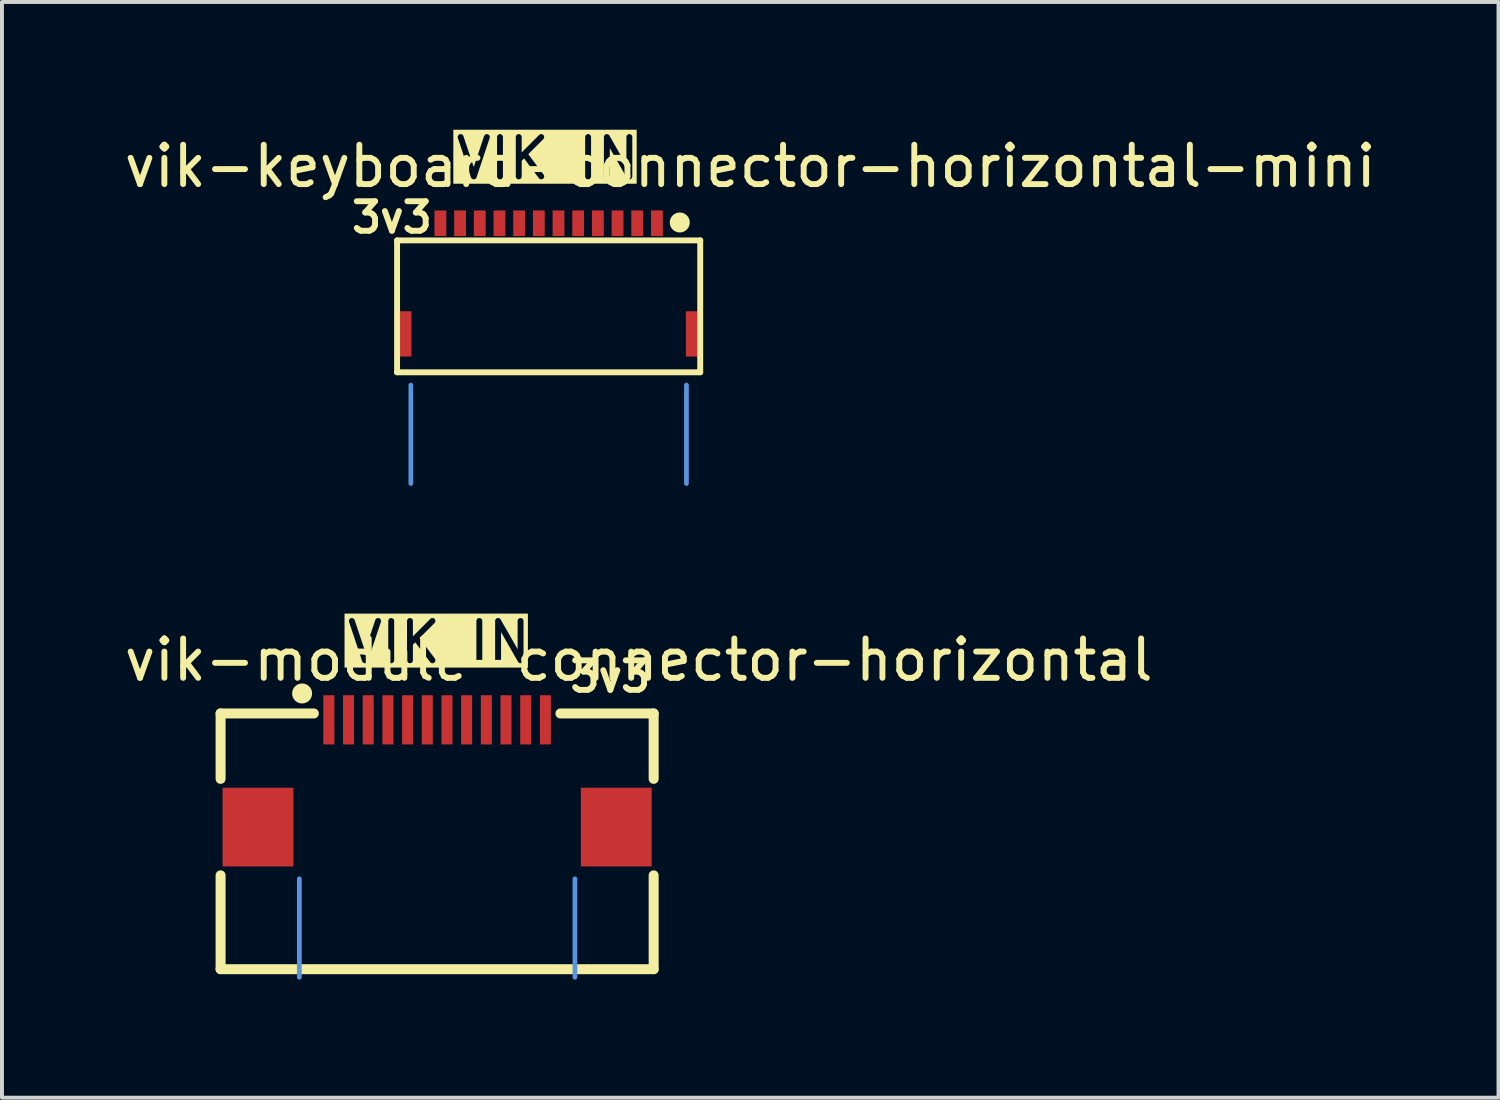
<source format=kicad_pcb>
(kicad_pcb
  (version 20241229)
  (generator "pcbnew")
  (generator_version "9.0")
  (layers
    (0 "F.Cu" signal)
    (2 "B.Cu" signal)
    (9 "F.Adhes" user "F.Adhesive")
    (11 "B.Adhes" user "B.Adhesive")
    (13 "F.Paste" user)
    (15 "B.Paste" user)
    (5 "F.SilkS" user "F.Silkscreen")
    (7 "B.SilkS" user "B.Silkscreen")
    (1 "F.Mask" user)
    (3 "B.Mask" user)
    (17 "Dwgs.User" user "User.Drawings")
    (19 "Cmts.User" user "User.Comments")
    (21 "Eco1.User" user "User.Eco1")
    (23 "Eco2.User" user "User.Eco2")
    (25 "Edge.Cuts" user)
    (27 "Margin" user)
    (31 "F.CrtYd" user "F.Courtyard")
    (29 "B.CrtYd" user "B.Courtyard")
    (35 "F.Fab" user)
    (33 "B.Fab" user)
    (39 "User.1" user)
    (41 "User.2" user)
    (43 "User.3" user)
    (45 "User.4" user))
  (footprint "vik-module-connector-horizontal"
    (layer "F.Cu")
    (at 8.053 17.272)
    (property "Reference" "vik-module-connector-horizontal" (at 5.12 -3.56 0) (unlocked yes) (layer "F.SilkS") (effects (font (size 1 1) (thickness 0.15))))
    (attr smd)
    (fp_line (start -5.5 -2.2) (end -3.131 -2.2) (stroke (width 0.254) (type solid)) (layer "F.SilkS"))
    (fp_line (start -5.5 -0.539) (end -5.5 -2.2) (stroke (width 0.254) (type solid)) (layer "F.SilkS"))
    (fp_line (start -5.5 4.295) (end -5.5 1.912) (stroke (width 0.254) (type solid)) (layer "F.SilkS"))
    (fp_line (start 5.5 -2.2) (end 3.131 -2.2) (stroke (width 0.254) (type solid)) (layer "F.SilkS"))
    (fp_line (start 5.5 -0.539) (end 5.5 -2.2) (stroke (width 0.254) (type solid)) (layer "F.SilkS"))
    (fp_line (start 5.5 4.295) (end -5.5 4.295) (stroke (width 0.254) (type solid)) (layer "F.SilkS"))
    (fp_line (start 5.5 4.295) (end 5.5 1.912) (stroke (width 0.254) (type solid)) (layer "F.SilkS"))
    (fp_circle (center -3.429 -2.708) (end -3.302 -2.708) (stroke (width 0.254) (type solid)) (fill no) (layer "F.SilkS"))
    (fp_line (start -3.5 2) (end -3.5 4.5) (stroke (width 0.12) (type default)) (layer "Cmts.User"))
    (fp_line (start 3.5 2) (end 3.5 4.5) (stroke (width 0.12) (type default)) (layer "Cmts.User"))
    (fp_text user "VIK IN" (at -2.36 -3.42 0) (unlocked yes) (layer "F.SilkS" knockout) (effects (font (size 1 1) (thickness 0.15)) (justify left bottom)))
    (fp_text user "3v3" (at 3.3 -2.7 0) (unlocked yes) (layer "F.SilkS") (effects (font (size 0.75 0.75) (thickness 0.15)) (justify left bottom)))
    (fp_text user "C479750" (at 0 0.75 0) (layer "User.2") (effects (font (size 1 1) (thickness 0.15))))
    (pad "1" smd rect (at -2.75 -2.038) (size 0.28 1.25) (layers "F.Cu" "F.Mask" "F.Paste"))
    (pad "2" smd rect (at -2.25 -2.038) (size 0.28 1.25) (layers "F.Cu" "F.Mask" "F.Paste"))
    (pad "3" smd rect (at -1.75 -2.038) (size 0.28 1.25) (layers "F.Cu" "F.Mask" "F.Paste"))
    (pad "4" smd rect (at -1.25 -2.038) (size 0.28 1.25) (layers "F.Cu" "F.Mask" "F.Paste"))
    (pad "5" smd rect (at -0.75 -2.038) (size 0.28 1.25) (layers "F.Cu" "F.Mask" "F.Paste"))
    (pad "6" smd rect (at -0.25 -2.038) (size 0.28 1.25) (layers "F.Cu" "F.Mask" "F.Paste"))
    (pad "7" smd rect (at 0.25 -2.038) (size 0.28 1.25) (layers "F.Cu" "F.Mask" "F.Paste"))
    (pad "8" smd rect (at 0.75 -2.038) (size 0.28 1.25) (layers "F.Cu" "F.Mask" "F.Paste"))
    (pad "9" smd rect (at 1.25 -2.038) (size 0.28 1.25) (layers "F.Cu" "F.Mask" "F.Paste"))
    (pad "10" smd rect (at 1.75 -2.038) (size 0.28 1.25) (layers "F.Cu" "F.Mask" "F.Paste"))
    (pad "11" smd rect (at 2.25 -2.038) (size 0.28 1.25) (layers "F.Cu" "F.Mask" "F.Paste"))
    (pad "12" smd rect (at 2.75 -2.038) (size 0.28 1.25) (layers "F.Cu" "F.Mask" "F.Paste"))
    (pad "13" smd rect (at 4.55 0.686) (size 1.8 2) (layers "F.Cu" "F.Mask" "F.Paste"))
    (pad "14" smd rect (at -4.55 0.686) (size 1.8 2) (layers "F.Cu" "F.Mask" "F.Paste")))
  (footprint "vik-keyboard-connector-horizontal-mini"
    (layer "F.Cu")
    (at 10.886 4.731)
    (property "Reference" "vik-keyboard-connector-horizontal-mini" (at 5.12 -3.56 0) (unlocked yes) (layer "F.SilkS") (effects (font (size 1 1) (thickness 0.15))))
    (attr smd)
    (fp_line (start -3.85 -1.675) (end 3.85 -1.675) (stroke (width 0.15) (type solid)) (layer "F.SilkS"))
    (fp_line (start -3.85 1.675) (end -3.85 -1.675) (stroke (width 0.15) (type solid)) (layer "F.SilkS"))
    (fp_line (start 3.85 1.675) (end -3.85 1.675) (stroke (width 0.15) (type solid)) (layer "F.SilkS"))
    (fp_line (start 3.85 1.675) (end 3.85 -1.675) (stroke (width 0.15) (type solid)) (layer "F.SilkS"))
    (fp_circle (center 3.33 -2.13) (end 3.457 -2.13) (stroke (width 0.254) (type solid)) (fill no) (layer "F.SilkS"))
    (fp_line (start -3.5 2) (end -3.5 4.5) (stroke (width 0.12) (type default)) (layer "Cmts.User"))
    (fp_line (start 3.5 2) (end 3.5 4.5) (stroke (width 0.12) (type default)) (layer "Cmts.User"))
    (fp_text user "3v3" (at -5.08 -1.82 0) (unlocked yes) (layer "F.SilkS") (effects (font (size 0.75 0.75) (thickness 0.15)) (justify left bottom)))
    (fp_text user "VIK IN" (at -2.43 -3.17 0) (unlocked yes) (layer "F.SilkS" knockout) (effects (font (size 1 1) (thickness 0.15)) (justify left bottom)))
    (fp_text user "C2919479" (at 0 0.75 0) (layer "User.2") (effects (font (size 1 1) (thickness 0.15))))
    (pad "1" smd rect (at -2.75 -2.11) (size 0.3 0.65) (layers "F.Cu" "F.Mask" "F.Paste"))
    (pad "2" smd rect (at -2.25 -2.11) (size 0.3 0.65) (layers "F.Cu" "F.Mask" "F.Paste"))
    (pad "3" smd rect (at -1.75 -2.11) (size 0.3 0.65) (layers "F.Cu" "F.Mask" "F.Paste"))
    (pad "4" smd rect (at -1.25 -2.11) (size 0.3 0.65) (layers "F.Cu" "F.Mask" "F.Paste"))
    (pad "5" smd rect (at -0.75 -2.11) (size 0.3 0.65) (layers "F.Cu" "F.Mask" "F.Paste"))
    (pad "6" smd rect (at -0.25 -2.11) (size 0.3 0.65) (layers "F.Cu" "F.Mask" "F.Paste"))
    (pad "7" smd rect (at 0.25 -2.11) (size 0.3 0.65) (layers "F.Cu" "F.Mask" "F.Paste"))
    (pad "8" smd rect (at 0.75 -2.11) (size 0.3 0.65) (layers "F.Cu" "F.Mask" "F.Paste"))
    (pad "9" smd rect (at 1.25 -2.11) (size 0.3 0.65) (layers "F.Cu" "F.Mask" "F.Paste"))
    (pad "10" smd rect (at 1.75 -2.11) (size 0.3 0.65) (layers "F.Cu" "F.Mask" "F.Paste"))
    (pad "11" smd rect (at 2.25 -2.11) (size 0.3 0.65) (layers "F.Cu" "F.Mask" "F.Paste"))
    (pad "12" smd rect (at 2.75 -2.11) (size 0.3 0.65) (layers "F.Cu" "F.Mask" "F.Paste"))
    (pad "13" smd rect (at 3.635 0.7) (size 0.3 1.15) (layers "F.Cu" "F.Mask" "F.Paste"))
    (pad "14" smd rect (at -3.635 0.7) (size 0.3 1.15) (layers "F.Cu" "F.Mask" "F.Paste")))
  (gr_rect
    (start -3 -3)
    (end 35.012 24.832)
    (stroke (width 0.1) (type default))
    (fill no)
    (layer "Edge.Cuts")))
</source>
